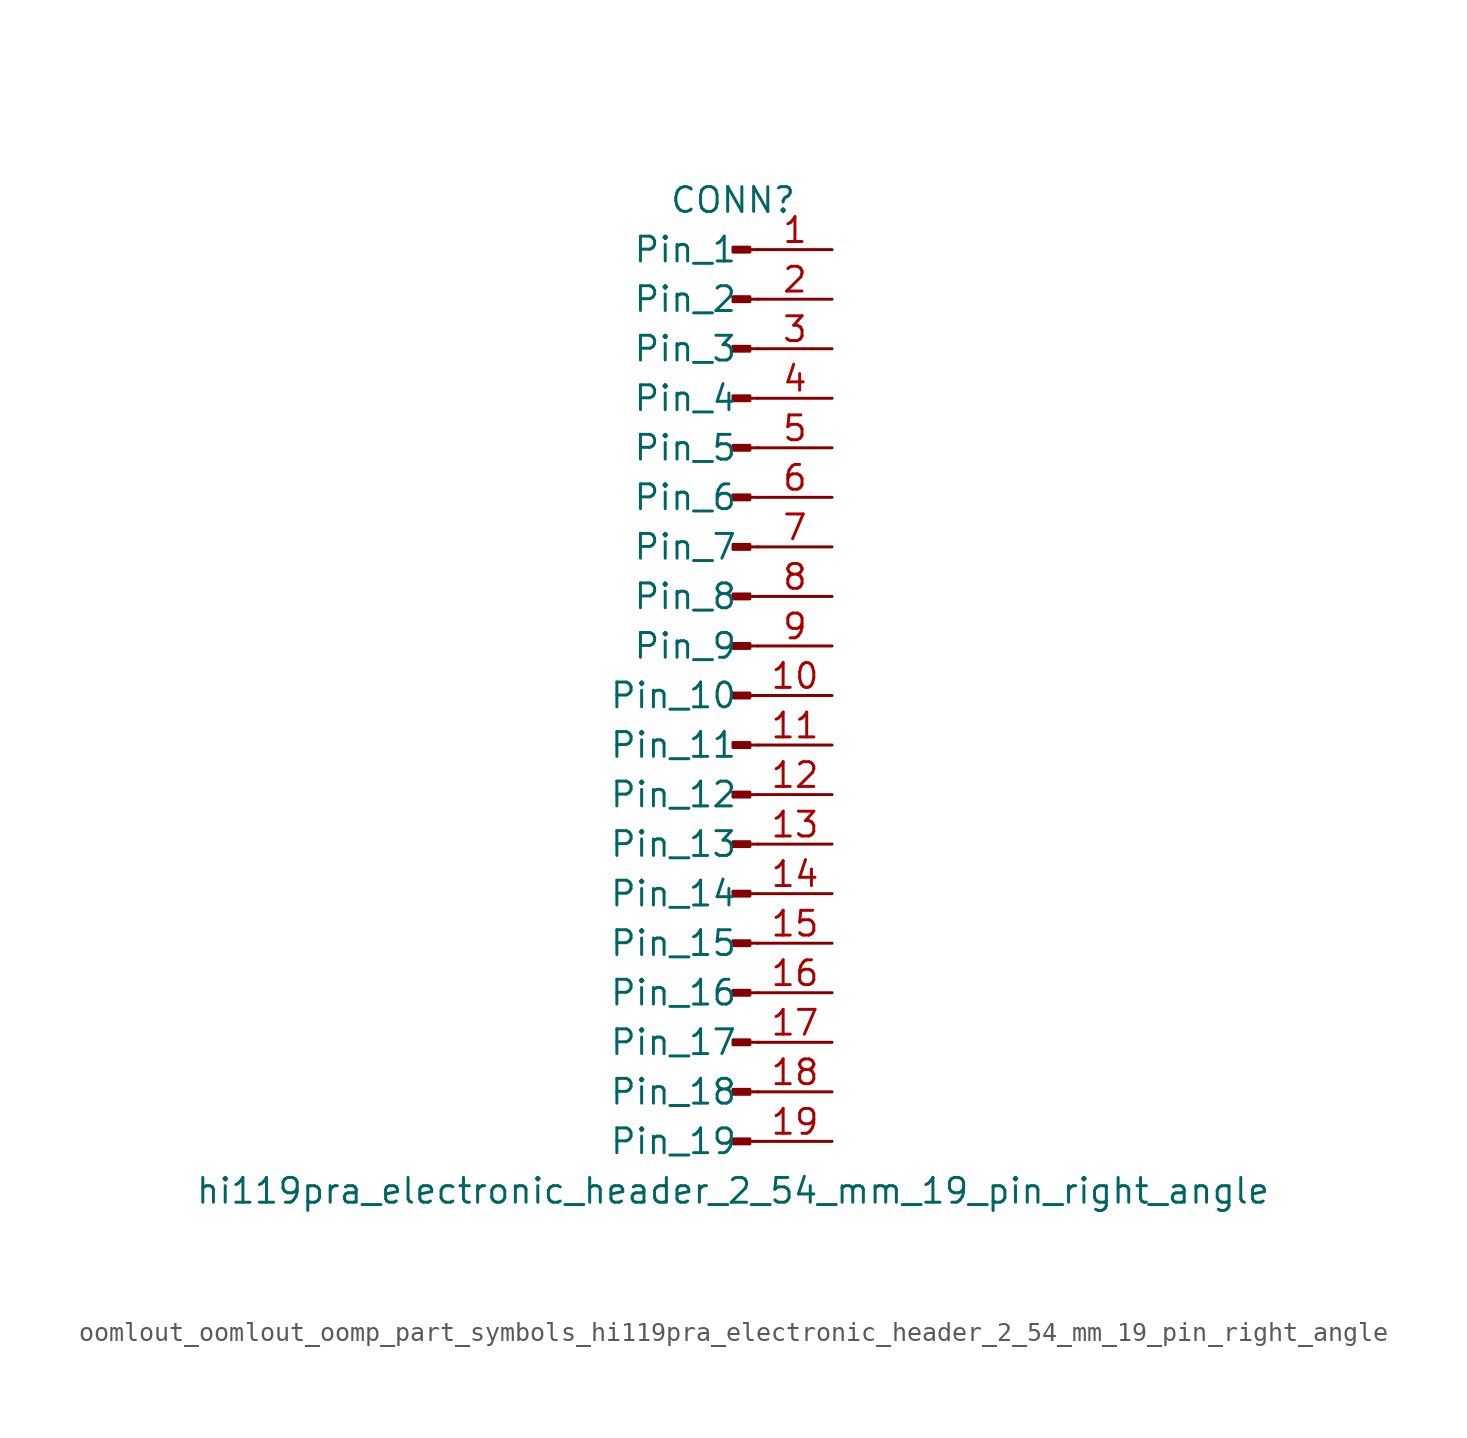
<source format=kicad_sym>
(kicad_symbol_lib
  (version 20220914)
  (generator kicad_symbol_editor)
  (symbol "oomlout_oomlout_oomp_part_symbols_hi119pra_electronic_header_2_54_mm_19_pin_right_angle"
    (pin_names
      (offset 1.016))
    (property "Reference" "CONN"
      (at 0 25.4 0)
      (effects (font (size 1.27 1.27))))
    (property "Value" "hi119pra_electronic_header_2_54_mm_19_pin_right_angle"
      (at 0 -25.4 0)
      (effects (font (size 1.27 1.27))))
    (property "ki_locked" ""
      (at 0 0 0)
      (effects (font (size 1.27 1.27))))
    (symbol "oomlout_oomlout_oomp_part_symbols_hi119pra_electronic_header_2_54_mm_19_pin_right_angle_1_1"
      (polyline (pts (xy 1.27 -22.86) (xy 0.864 -22.86)) (stroke (width 0.152) (type default)) (fill (type none)))
      (polyline (pts (xy 1.27 -20.32) (xy 0.864 -20.32)) (stroke (width 0.152) (type default)) (fill (type none)))
      (polyline (pts (xy 1.27 -17.78) (xy 0.864 -17.78)) (stroke (width 0.152) (type default)) (fill (type none)))
      (polyline (pts (xy 1.27 -15.24) (xy 0.864 -15.24)) (stroke (width 0.152) (type default)) (fill (type none)))
      (polyline (pts (xy 1.27 -12.7) (xy 0.864 -12.7)) (stroke (width 0.152) (type default)) (fill (type none)))
      (polyline (pts (xy 1.27 -10.16) (xy 0.864 -10.16)) (stroke (width 0.152) (type default)) (fill (type none)))
      (polyline (pts (xy 1.27 -7.62) (xy 0.864 -7.62)) (stroke (width 0.152) (type default)) (fill (type none)))
      (polyline (pts (xy 1.27 -5.08) (xy 0.864 -5.08)) (stroke (width 0.152) (type default)) (fill (type none)))
      (polyline (pts (xy 1.27 -2.54) (xy 0.864 -2.54)) (stroke (width 0.152) (type default)) (fill (type none)))
      (polyline (pts (xy 1.27 0) (xy 0.864 0)) (stroke (width 0.152) (type default)) (fill (type none)))
      (polyline (pts (xy 1.27 2.54) (xy 0.864 2.54)) (stroke (width 0.152) (type default)) (fill (type none)))
      (polyline (pts (xy 1.27 5.08) (xy 0.864 5.08)) (stroke (width 0.152) (type default)) (fill (type none)))
      (polyline (pts (xy 1.27 7.62) (xy 0.864 7.62)) (stroke (width 0.152) (type default)) (fill (type none)))
      (polyline (pts (xy 1.27 10.16) (xy 0.864 10.16)) (stroke (width 0.152) (type default)) (fill (type none)))
      (polyline (pts (xy 1.27 12.7) (xy 0.864 12.7)) (stroke (width 0.152) (type default)) (fill (type none)))
      (polyline (pts (xy 1.27 15.24) (xy 0.864 15.24)) (stroke (width 0.152) (type default)) (fill (type none)))
      (polyline (pts (xy 1.27 17.78) (xy 0.864 17.78)) (stroke (width 0.152) (type default)) (fill (type none)))
      (polyline (pts (xy 1.27 20.32) (xy 0.864 20.32)) (stroke (width 0.152) (type default)) (fill (type none)))
      (polyline (pts (xy 1.27 22.86) (xy 0.864 22.86)) (stroke (width 0.152) (type default)) (fill (type none)))
      (rectangle (start 0.864 -22.733) (end 0 -22.987) (stroke (width 0.152) (type default)) (fill (type outline)))
      (rectangle (start 0.864 -20.193) (end 0 -20.447) (stroke (width 0.152) (type default)) (fill (type outline)))
      (rectangle (start 0.864 -17.653) (end 0 -17.907) (stroke (width 0.152) (type default)) (fill (type outline)))
      (rectangle (start 0.864 -15.113) (end 0 -15.367) (stroke (width 0.152) (type default)) (fill (type outline)))
      (rectangle (start 0.864 -12.573) (end 0 -12.827) (stroke (width 0.152) (type default)) (fill (type outline)))
      (rectangle (start 0.864 -10.033) (end 0 -10.287) (stroke (width 0.152) (type default)) (fill (type outline)))
      (rectangle (start 0.864 -7.493) (end 0 -7.747) (stroke (width 0.152) (type default)) (fill (type outline)))
      (rectangle (start 0.864 -4.953) (end 0 -5.207) (stroke (width 0.152) (type default)) (fill (type outline)))
      (rectangle (start 0.864 -2.413) (end 0 -2.667) (stroke (width 0.152) (type default)) (fill (type outline)))
      (rectangle (start 0.864 0.127) (end 0 -0.127) (stroke (width 0.152) (type default)) (fill (type outline)))
      (rectangle (start 0.864 2.667) (end 0 2.413) (stroke (width 0.152) (type default)) (fill (type outline)))
      (rectangle (start 0.864 5.207) (end 0 4.953) (stroke (width 0.152) (type default)) (fill (type outline)))
      (rectangle (start 0.864 7.747) (end 0 7.493) (stroke (width 0.152) (type default)) (fill (type outline)))
      (rectangle (start 0.864 10.287) (end 0 10.033) (stroke (width 0.152) (type default)) (fill (type outline)))
      (rectangle (start 0.864 12.827) (end 0 12.573) (stroke (width 0.152) (type default)) (fill (type outline)))
      (rectangle (start 0.864 15.367) (end 0 15.113) (stroke (width 0.152) (type default)) (fill (type outline)))
      (rectangle (start 0.864 17.907) (end 0 17.653) (stroke (width 0.152) (type default)) (fill (type outline)))
      (rectangle (start 0.864 20.447) (end 0 20.193) (stroke (width 0.152) (type default)) (fill (type outline)))
      (rectangle (start 0.864 22.987) (end 0 22.733) (stroke (width 0.152) (type default)) (fill (type outline)))
      (pin passive line (at 5.08 22.86 180) (length 3.81) (name "Pin_1" (effects (font (size 1.27 1.27)))) (number "1" (effects (font (size 1.27 1.27)))))
      (pin passive line (at 5.08 0 180) (length 3.81) (name "Pin_10" (effects (font (size 1.27 1.27)))) (number "10" (effects (font (size 1.27 1.27)))))
      (pin passive line (at 5.08 -2.54 180) (length 3.81) (name "Pin_11" (effects (font (size 1.27 1.27)))) (number "11" (effects (font (size 1.27 1.27)))))
      (pin passive line (at 5.08 -5.08 180) (length 3.81) (name "Pin_12" (effects (font (size 1.27 1.27)))) (number "12" (effects (font (size 1.27 1.27)))))
      (pin passive line (at 5.08 -7.62 180) (length 3.81) (name "Pin_13" (effects (font (size 1.27 1.27)))) (number "13" (effects (font (size 1.27 1.27)))))
      (pin passive line (at 5.08 -10.16 180) (length 3.81) (name "Pin_14" (effects (font (size 1.27 1.27)))) (number "14" (effects (font (size 1.27 1.27)))))
      (pin passive line (at 5.08 -12.7 180) (length 3.81) (name "Pin_15" (effects (font (size 1.27 1.27)))) (number "15" (effects (font (size 1.27 1.27)))))
      (pin passive line (at 5.08 -15.24 180) (length 3.81) (name "Pin_16" (effects (font (size 1.27 1.27)))) (number "16" (effects (font (size 1.27 1.27)))))
      (pin passive line (at 5.08 -17.78 180) (length 3.81) (name "Pin_17" (effects (font (size 1.27 1.27)))) (number "17" (effects (font (size 1.27 1.27)))))
      (pin passive line (at 5.08 -20.32 180) (length 3.81) (name "Pin_18" (effects (font (size 1.27 1.27)))) (number "18" (effects (font (size 1.27 1.27)))))
      (pin passive line (at 5.08 -22.86 180) (length 3.81) (name "Pin_19" (effects (font (size 1.27 1.27)))) (number "19" (effects (font (size 1.27 1.27)))))
      (pin passive line (at 5.08 20.32 180) (length 3.81) (name "Pin_2" (effects (font (size 1.27 1.27)))) (number "2" (effects (font (size 1.27 1.27)))))
      (pin passive line (at 5.08 17.78 180) (length 3.81) (name "Pin_3" (effects (font (size 1.27 1.27)))) (number "3" (effects (font (size 1.27 1.27)))))
      (pin passive line (at 5.08 15.24 180) (length 3.81) (name "Pin_4" (effects (font (size 1.27 1.27)))) (number "4" (effects (font (size 1.27 1.27)))))
      (pin passive line (at 5.08 12.7 180) (length 3.81) (name "Pin_5" (effects (font (size 1.27 1.27)))) (number "5" (effects (font (size 1.27 1.27)))))
      (pin passive line (at 5.08 10.16 180) (length 3.81) (name "Pin_6" (effects (font (size 1.27 1.27)))) (number "6" (effects (font (size 1.27 1.27)))))
      (pin passive line (at 5.08 7.62 180) (length 3.81) (name "Pin_7" (effects (font (size 1.27 1.27)))) (number "7" (effects (font (size 1.27 1.27)))))
      (pin passive line (at 5.08 5.08 180) (length 3.81) (name "Pin_8" (effects (font (size 1.27 1.27)))) (number "8" (effects (font (size 1.27 1.27)))))
      (pin passive line (at 5.08 2.54 180) (length 3.81) (name "Pin_9" (effects (font (size 1.27 1.27)))) (number "9" (effects (font (size 1.27 1.27))))))))
</source>
